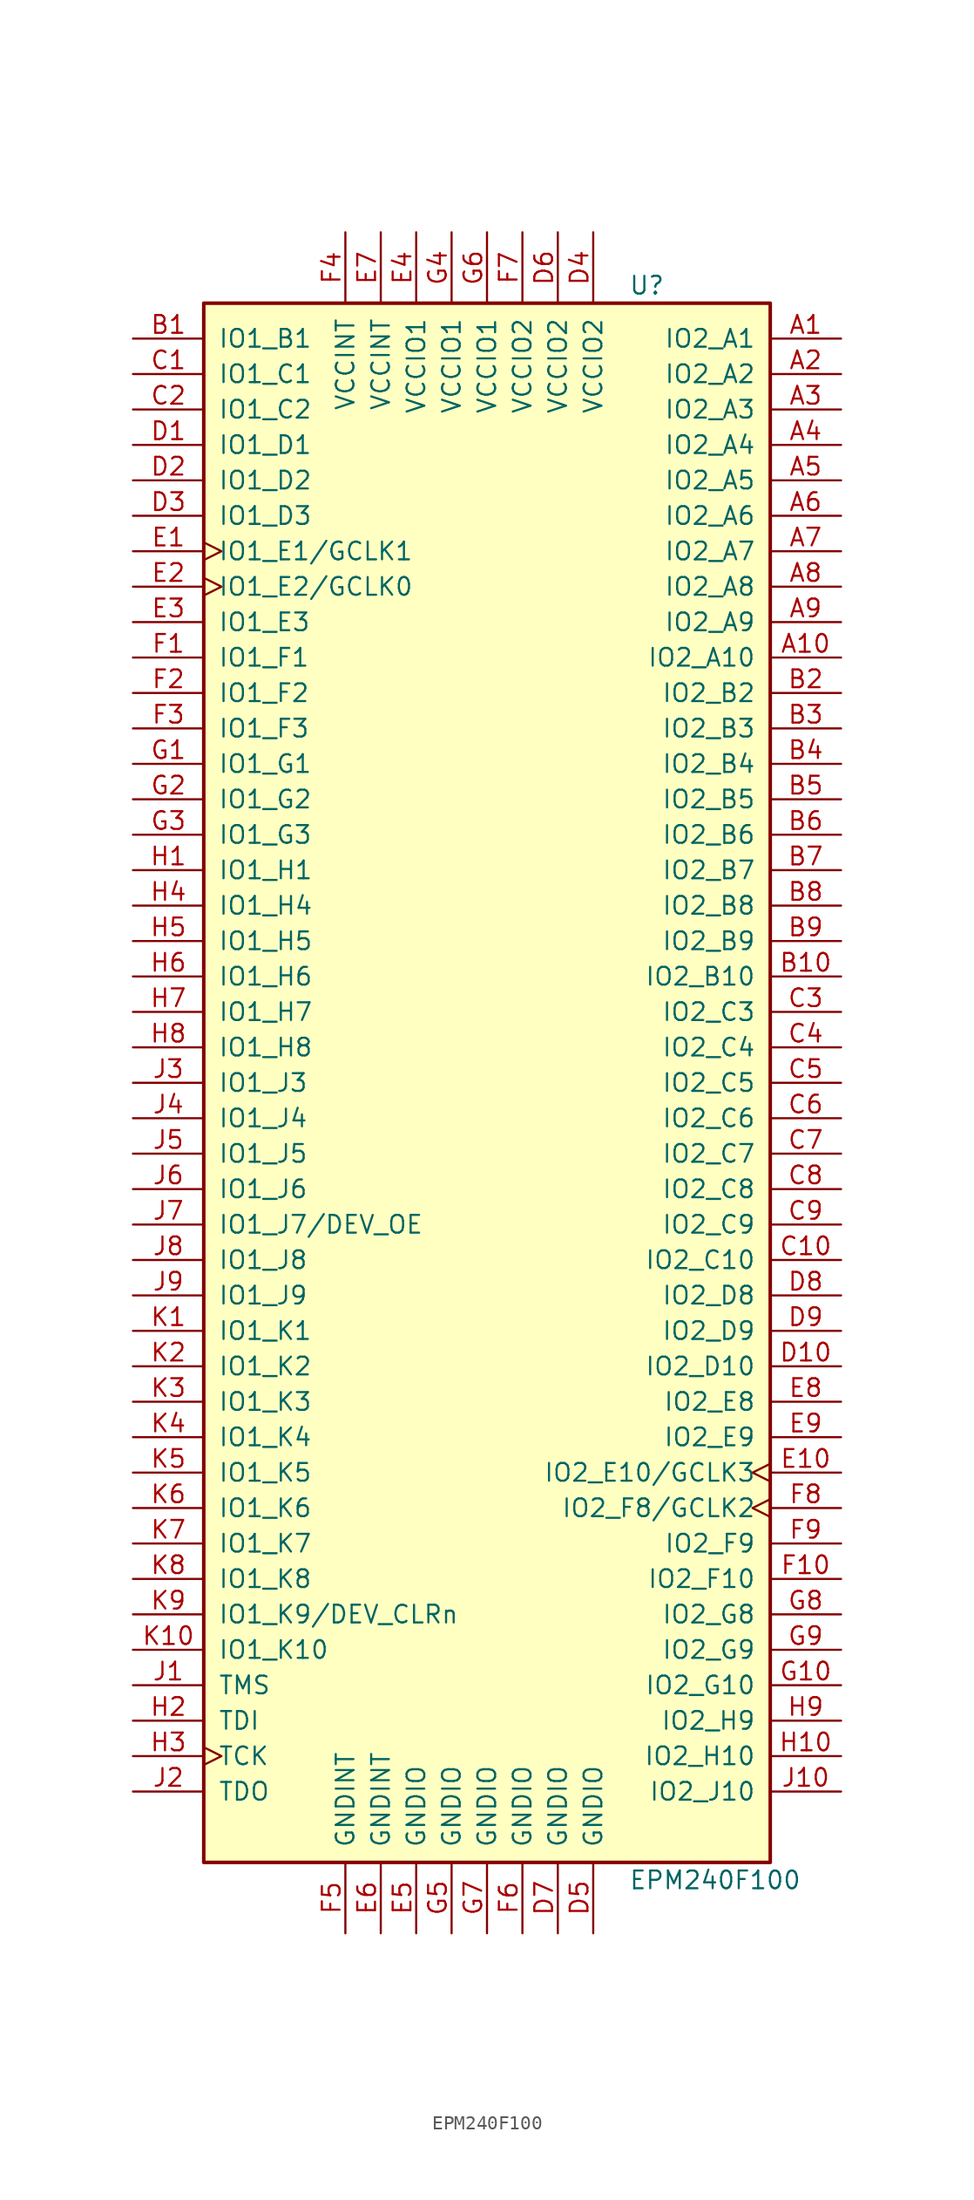
<source format=kicad_sym>
(kicad_symbol_lib
  (version 20241209)
  (generator "kicad_symbol_editor")
  (generator_version "9.0")
  (symbol "EPM240F100"
    (pin_names
      (offset 1.016))
    (property "Reference" "U"
      (at 10.16 57.15 0)
      (effects (font (size 1.27 1.27)) (justify left)))
    (property "Value" "EPM240F100"
      (at 10.16 -57.15 0)
      (effects (font (size 1.27 1.27)) (justify left)))
    (property "ki_locked" ""
      (at 0 0 0)
      (effects (font (size 1.27 1.27))))
    (symbol "EPM240F100_1_1"
      (rectangle (start -20.32 55.88) (end 20.32 -55.88) (stroke (width 0.254) (type default)) (fill (type background)))
      (pin bidirectional line (at -25.4 53.34 0) (length 5.08) (name "IO1_B1" (effects (font (size 1.27 1.27)))) (number "B1" (effects (font (size 1.27 1.27)))))
      (pin bidirectional line (at -25.4 50.8 0) (length 5.08) (name "IO1_C1" (effects (font (size 1.27 1.27)))) (number "C1" (effects (font (size 1.27 1.27)))))
      (pin bidirectional line (at -25.4 48.26 0) (length 5.08) (name "IO1_C2" (effects (font (size 1.27 1.27)))) (number "C2" (effects (font (size 1.27 1.27)))))
      (pin bidirectional line (at -25.4 45.72 0) (length 5.08) (name "IO1_D1" (effects (font (size 1.27 1.27)))) (number "D1" (effects (font (size 1.27 1.27)))))
      (pin bidirectional line (at -25.4 43.18 0) (length 5.08) (name "IO1_D2" (effects (font (size 1.27 1.27)))) (number "D2" (effects (font (size 1.27 1.27)))))
      (pin bidirectional line (at -25.4 40.64 0) (length 5.08) (name "IO1_D3" (effects (font (size 1.27 1.27)))) (number "D3" (effects (font (size 1.27 1.27)))))
      (pin bidirectional clock (at -25.4 38.1 0) (length 5.08) (name "IO1_E1/GCLK1" (effects (font (size 1.27 1.27)))) (number "E1" (effects (font (size 1.27 1.27)))))
      (pin bidirectional clock (at -25.4 35.56 0) (length 5.08) (name "IO1_E2/GCLK0" (effects (font (size 1.27 1.27)))) (number "E2" (effects (font (size 1.27 1.27)))))
      (pin bidirectional line (at -25.4 33.02 0) (length 5.08) (name "IO1_E3" (effects (font (size 1.27 1.27)))) (number "E3" (effects (font (size 1.27 1.27)))))
      (pin bidirectional line (at -25.4 30.48 0) (length 5.08) (name "IO1_F1" (effects (font (size 1.27 1.27)))) (number "F1" (effects (font (size 1.27 1.27)))))
      (pin bidirectional line (at -25.4 27.94 0) (length 5.08) (name "IO1_F2" (effects (font (size 1.27 1.27)))) (number "F2" (effects (font (size 1.27 1.27)))))
      (pin bidirectional line (at -25.4 25.4 0) (length 5.08) (name "IO1_F3" (effects (font (size 1.27 1.27)))) (number "F3" (effects (font (size 1.27 1.27)))))
      (pin bidirectional line (at -25.4 22.86 0) (length 5.08) (name "IO1_G1" (effects (font (size 1.27 1.27)))) (number "G1" (effects (font (size 1.27 1.27)))))
      (pin bidirectional line (at -25.4 20.32 0) (length 5.08) (name "IO1_G2" (effects (font (size 1.27 1.27)))) (number "G2" (effects (font (size 1.27 1.27)))))
      (pin bidirectional line (at -25.4 17.78 0) (length 5.08) (name "IO1_G3" (effects (font (size 1.27 1.27)))) (number "G3" (effects (font (size 1.27 1.27)))))
      (pin bidirectional line (at -25.4 15.24 0) (length 5.08) (name "IO1_H1" (effects (font (size 1.27 1.27)))) (number "H1" (effects (font (size 1.27 1.27)))))
      (pin bidirectional line (at -25.4 12.7 0) (length 5.08) (name "IO1_H4" (effects (font (size 1.27 1.27)))) (number "H4" (effects (font (size 1.27 1.27)))))
      (pin bidirectional line (at -25.4 10.16 0) (length 5.08) (name "IO1_H5" (effects (font (size 1.27 1.27)))) (number "H5" (effects (font (size 1.27 1.27)))))
      (pin bidirectional line (at -25.4 7.62 0) (length 5.08) (name "IO1_H6" (effects (font (size 1.27 1.27)))) (number "H6" (effects (font (size 1.27 1.27)))))
      (pin bidirectional line (at -25.4 5.08 0) (length 5.08) (name "IO1_H7" (effects (font (size 1.27 1.27)))) (number "H7" (effects (font (size 1.27 1.27)))))
      (pin bidirectional line (at -25.4 2.54 0) (length 5.08) (name "IO1_H8" (effects (font (size 1.27 1.27)))) (number "H8" (effects (font (size 1.27 1.27)))))
      (pin bidirectional line (at -25.4 0 0) (length 5.08) (name "IO1_J3" (effects (font (size 1.27 1.27)))) (number "J3" (effects (font (size 1.27 1.27)))))
      (pin bidirectional line (at -25.4 -2.54 0) (length 5.08) (name "IO1_J4" (effects (font (size 1.27 1.27)))) (number "J4" (effects (font (size 1.27 1.27)))))
      (pin bidirectional line (at -25.4 -5.08 0) (length 5.08) (name "IO1_J5" (effects (font (size 1.27 1.27)))) (number "J5" (effects (font (size 1.27 1.27)))))
      (pin bidirectional line (at -25.4 -7.62 0) (length 5.08) (name "IO1_J6" (effects (font (size 1.27 1.27)))) (number "J6" (effects (font (size 1.27 1.27)))))
      (pin bidirectional line (at -25.4 -10.16 0) (length 5.08) (name "IO1_J7/DEV_OE" (effects (font (size 1.27 1.27)))) (number "J7" (effects (font (size 1.27 1.27)))))
      (pin bidirectional line (at -25.4 -12.7 0) (length 5.08) (name "IO1_J8" (effects (font (size 1.27 1.27)))) (number "J8" (effects (font (size 1.27 1.27)))))
      (pin bidirectional line (at -25.4 -15.24 0) (length 5.08) (name "IO1_J9" (effects (font (size 1.27 1.27)))) (number "J9" (effects (font (size 1.27 1.27)))))
      (pin bidirectional line (at -25.4 -17.78 0) (length 5.08) (name "IO1_K1" (effects (font (size 1.27 1.27)))) (number "K1" (effects (font (size 1.27 1.27)))))
      (pin bidirectional line (at -25.4 -20.32 0) (length 5.08) (name "IO1_K2" (effects (font (size 1.27 1.27)))) (number "K2" (effects (font (size 1.27 1.27)))))
      (pin bidirectional line (at -25.4 -22.86 0) (length 5.08) (name "IO1_K3" (effects (font (size 1.27 1.27)))) (number "K3" (effects (font (size 1.27 1.27)))))
      (pin bidirectional line (at -25.4 -25.4 0) (length 5.08) (name "IO1_K4" (effects (font (size 1.27 1.27)))) (number "K4" (effects (font (size 1.27 1.27)))))
      (pin bidirectional line (at -25.4 -27.94 0) (length 5.08) (name "IO1_K5" (effects (font (size 1.27 1.27)))) (number "K5" (effects (font (size 1.27 1.27)))))
      (pin bidirectional line (at -25.4 -30.48 0) (length 5.08) (name "IO1_K6" (effects (font (size 1.27 1.27)))) (number "K6" (effects (font (size 1.27 1.27)))))
      (pin bidirectional line (at -25.4 -33.02 0) (length 5.08) (name "IO1_K7" (effects (font (size 1.27 1.27)))) (number "K7" (effects (font (size 1.27 1.27)))))
      (pin bidirectional line (at -25.4 -35.56 0) (length 5.08) (name "IO1_K8" (effects (font (size 1.27 1.27)))) (number "K8" (effects (font (size 1.27 1.27)))))
      (pin bidirectional line (at -25.4 -38.1 0) (length 5.08) (name "IO1_K9/DEV_CLRn" (effects (font (size 1.27 1.27)))) (number "K9" (effects (font (size 1.27 1.27)))))
      (pin bidirectional line (at -25.4 -40.64 0) (length 5.08) (name "IO1_K10" (effects (font (size 1.27 1.27)))) (number "K10" (effects (font (size 1.27 1.27)))))
      (pin input line (at -25.4 -43.18 0) (length 5.08) (name "TMS" (effects (font (size 1.27 1.27)))) (number "J1" (effects (font (size 1.27 1.27)))))
      (pin input line (at -25.4 -45.72 0) (length 5.08) (name "TDI" (effects (font (size 1.27 1.27)))) (number "H2" (effects (font (size 1.27 1.27)))))
      (pin input clock (at -25.4 -48.26 0) (length 5.08) (name "TCK" (effects (font (size 1.27 1.27)))) (number "H3" (effects (font (size 1.27 1.27)))))
      (pin output line (at -25.4 -50.8 0) (length 5.08) (name "TDO" (effects (font (size 1.27 1.27)))) (number "J2" (effects (font (size 1.27 1.27)))))
      (pin power_in line (at -10.16 60.96 270) (length 5.08) (name "VCCINT" (effects (font (size 1.27 1.27)))) (number "F4" (effects (font (size 1.27 1.27)))))
      (pin power_in line (at -10.16 -60.96 90) (length 5.08) (name "GNDINT" (effects (font (size 1.27 1.27)))) (number "F5" (effects (font (size 1.27 1.27)))))
      (pin power_in line (at -7.62 60.96 270) (length 5.08) (name "VCCINT" (effects (font (size 1.27 1.27)))) (number "E7" (effects (font (size 1.27 1.27)))))
      (pin power_in line (at -7.62 -60.96 90) (length 5.08) (name "GNDINT" (effects (font (size 1.27 1.27)))) (number "E6" (effects (font (size 1.27 1.27)))))
      (pin power_in line (at -5.08 60.96 270) (length 5.08) (name "VCCIO1" (effects (font (size 1.27 1.27)))) (number "E4" (effects (font (size 1.27 1.27)))))
      (pin power_in line (at -5.08 -60.96 90) (length 5.08) (name "GNDIO" (effects (font (size 1.27 1.27)))) (number "E5" (effects (font (size 1.27 1.27)))))
      (pin power_in line (at -2.54 60.96 270) (length 5.08) (name "VCCIO1" (effects (font (size 1.27 1.27)))) (number "G4" (effects (font (size 1.27 1.27)))))
      (pin power_in line (at -2.54 -60.96 90) (length 5.08) (name "GNDIO" (effects (font (size 1.27 1.27)))) (number "G5" (effects (font (size 1.27 1.27)))))
      (pin power_in line (at 0 60.96 270) (length 5.08) (name "VCCIO1" (effects (font (size 1.27 1.27)))) (number "G6" (effects (font (size 1.27 1.27)))))
      (pin power_in line (at 0 -60.96 90) (length 5.08) (name "GNDIO" (effects (font (size 1.27 1.27)))) (number "G7" (effects (font (size 1.27 1.27)))))
      (pin power_in line (at 2.54 60.96 270) (length 5.08) (name "VCCIO2" (effects (font (size 1.27 1.27)))) (number "F7" (effects (font (size 1.27 1.27)))))
      (pin power_in line (at 2.54 -60.96 90) (length 5.08) (name "GNDIO" (effects (font (size 1.27 1.27)))) (number "F6" (effects (font (size 1.27 1.27)))))
      (pin power_in line (at 5.08 60.96 270) (length 5.08) (name "VCCIO2" (effects (font (size 1.27 1.27)))) (number "D6" (effects (font (size 1.27 1.27)))))
      (pin power_in line (at 5.08 -60.96 90) (length 5.08) (name "GNDIO" (effects (font (size 1.27 1.27)))) (number "D7" (effects (font (size 1.27 1.27)))))
      (pin power_in line (at 7.62 60.96 270) (length 5.08) (name "VCCIO2" (effects (font (size 1.27 1.27)))) (number "D4" (effects (font (size 1.27 1.27)))))
      (pin power_in line (at 7.62 -60.96 90) (length 5.08) (name "GNDIO" (effects (font (size 1.27 1.27)))) (number "D5" (effects (font (size 1.27 1.27)))))
      (pin bidirectional line (at 25.4 53.34 180) (length 5.08) (name "IO2_A1" (effects (font (size 1.27 1.27)))) (number "A1" (effects (font (size 1.27 1.27)))))
      (pin bidirectional line (at 25.4 50.8 180) (length 5.08) (name "IO2_A2" (effects (font (size 1.27 1.27)))) (number "A2" (effects (font (size 1.27 1.27)))))
      (pin bidirectional line (at 25.4 48.26 180) (length 5.08) (name "IO2_A3" (effects (font (size 1.27 1.27)))) (number "A3" (effects (font (size 1.27 1.27)))))
      (pin bidirectional line (at 25.4 45.72 180) (length 5.08) (name "IO2_A4" (effects (font (size 1.27 1.27)))) (number "A4" (effects (font (size 1.27 1.27)))))
      (pin bidirectional line (at 25.4 43.18 180) (length 5.08) (name "IO2_A5" (effects (font (size 1.27 1.27)))) (number "A5" (effects (font (size 1.27 1.27)))))
      (pin bidirectional line (at 25.4 40.64 180) (length 5.08) (name "IO2_A6" (effects (font (size 1.27 1.27)))) (number "A6" (effects (font (size 1.27 1.27)))))
      (pin bidirectional line (at 25.4 38.1 180) (length 5.08) (name "IO2_A7" (effects (font (size 1.27 1.27)))) (number "A7" (effects (font (size 1.27 1.27)))))
      (pin bidirectional line (at 25.4 35.56 180) (length 5.08) (name "IO2_A8" (effects (font (size 1.27 1.27)))) (number "A8" (effects (font (size 1.27 1.27)))))
      (pin bidirectional line (at 25.4 33.02 180) (length 5.08) (name "IO2_A9" (effects (font (size 1.27 1.27)))) (number "A9" (effects (font (size 1.27 1.27)))))
      (pin bidirectional line (at 25.4 30.48 180) (length 5.08) (name "IO2_A10" (effects (font (size 1.27 1.27)))) (number "A10" (effects (font (size 1.27 1.27)))))
      (pin bidirectional line (at 25.4 27.94 180) (length 5.08) (name "IO2_B2" (effects (font (size 1.27 1.27)))) (number "B2" (effects (font (size 1.27 1.27)))))
      (pin bidirectional line (at 25.4 25.4 180) (length 5.08) (name "IO2_B3" (effects (font (size 1.27 1.27)))) (number "B3" (effects (font (size 1.27 1.27)))))
      (pin bidirectional line (at 25.4 22.86 180) (length 5.08) (name "IO2_B4" (effects (font (size 1.27 1.27)))) (number "B4" (effects (font (size 1.27 1.27)))))
      (pin bidirectional line (at 25.4 20.32 180) (length 5.08) (name "IO2_B5" (effects (font (size 1.27 1.27)))) (number "B5" (effects (font (size 1.27 1.27)))))
      (pin bidirectional line (at 25.4 17.78 180) (length 5.08) (name "IO2_B6" (effects (font (size 1.27 1.27)))) (number "B6" (effects (font (size 1.27 1.27)))))
      (pin bidirectional line (at 25.4 15.24 180) (length 5.08) (name "IO2_B7" (effects (font (size 1.27 1.27)))) (number "B7" (effects (font (size 1.27 1.27)))))
      (pin bidirectional line (at 25.4 12.7 180) (length 5.08) (name "IO2_B8" (effects (font (size 1.27 1.27)))) (number "B8" (effects (font (size 1.27 1.27)))))
      (pin bidirectional line (at 25.4 10.16 180) (length 5.08) (name "IO2_B9" (effects (font (size 1.27 1.27)))) (number "B9" (effects (font (size 1.27 1.27)))))
      (pin bidirectional line (at 25.4 7.62 180) (length 5.08) (name "IO2_B10" (effects (font (size 1.27 1.27)))) (number "B10" (effects (font (size 1.27 1.27)))))
      (pin bidirectional line (at 25.4 5.08 180) (length 5.08) (name "IO2_C3" (effects (font (size 1.27 1.27)))) (number "C3" (effects (font (size 1.27 1.27)))))
      (pin bidirectional line (at 25.4 2.54 180) (length 5.08) (name "IO2_C4" (effects (font (size 1.27 1.27)))) (number "C4" (effects (font (size 1.27 1.27)))))
      (pin bidirectional line (at 25.4 0 180) (length 5.08) (name "IO2_C5" (effects (font (size 1.27 1.27)))) (number "C5" (effects (font (size 1.27 1.27)))))
      (pin bidirectional line (at 25.4 -2.54 180) (length 5.08) (name "IO2_C6" (effects (font (size 1.27 1.27)))) (number "C6" (effects (font (size 1.27 1.27)))))
      (pin bidirectional line (at 25.4 -5.08 180) (length 5.08) (name "IO2_C7" (effects (font (size 1.27 1.27)))) (number "C7" (effects (font (size 1.27 1.27)))))
      (pin bidirectional line (at 25.4 -7.62 180) (length 5.08) (name "IO2_C8" (effects (font (size 1.27 1.27)))) (number "C8" (effects (font (size 1.27 1.27)))))
      (pin bidirectional line (at 25.4 -10.16 180) (length 5.08) (name "IO2_C9" (effects (font (size 1.27 1.27)))) (number "C9" (effects (font (size 1.27 1.27)))))
      (pin bidirectional line (at 25.4 -12.7 180) (length 5.08) (name "IO2_C10" (effects (font (size 1.27 1.27)))) (number "C10" (effects (font (size 1.27 1.27)))))
      (pin bidirectional line (at 25.4 -15.24 180) (length 5.08) (name "IO2_D8" (effects (font (size 1.27 1.27)))) (number "D8" (effects (font (size 1.27 1.27)))))
      (pin bidirectional line (at 25.4 -17.78 180) (length 5.08) (name "IO2_D9" (effects (font (size 1.27 1.27)))) (number "D9" (effects (font (size 1.27 1.27)))))
      (pin bidirectional line (at 25.4 -20.32 180) (length 5.08) (name "IO2_D10" (effects (font (size 1.27 1.27)))) (number "D10" (effects (font (size 1.27 1.27)))))
      (pin bidirectional line (at 25.4 -22.86 180) (length 5.08) (name "IO2_E8" (effects (font (size 1.27 1.27)))) (number "E8" (effects (font (size 1.27 1.27)))))
      (pin bidirectional line (at 25.4 -25.4 180) (length 5.08) (name "IO2_E9" (effects (font (size 1.27 1.27)))) (number "E9" (effects (font (size 1.27 1.27)))))
      (pin bidirectional clock (at 25.4 -27.94 180) (length 5.08) (name "IO2_E10/GCLK3" (effects (font (size 1.27 1.27)))) (number "E10" (effects (font (size 1.27 1.27)))))
      (pin bidirectional clock (at 25.4 -30.48 180) (length 5.08) (name "IO2_F8/GCLK2" (effects (font (size 1.27 1.27)))) (number "F8" (effects (font (size 1.27 1.27)))))
      (pin bidirectional line (at 25.4 -33.02 180) (length 5.08) (name "IO2_F9" (effects (font (size 1.27 1.27)))) (number "F9" (effects (font (size 1.27 1.27)))))
      (pin bidirectional line (at 25.4 -35.56 180) (length 5.08) (name "IO2_F10" (effects (font (size 1.27 1.27)))) (number "F10" (effects (font (size 1.27 1.27)))))
      (pin bidirectional line (at 25.4 -38.1 180) (length 5.08) (name "IO2_G8" (effects (font (size 1.27 1.27)))) (number "G8" (effects (font (size 1.27 1.27)))))
      (pin bidirectional line (at 25.4 -40.64 180) (length 5.08) (name "IO2_G9" (effects (font (size 1.27 1.27)))) (number "G9" (effects (font (size 1.27 1.27)))))
      (pin bidirectional line (at 25.4 -43.18 180) (length 5.08) (name "IO2_G10" (effects (font (size 1.27 1.27)))) (number "G10" (effects (font (size 1.27 1.27)))))
      (pin bidirectional line (at 25.4 -45.72 180) (length 5.08) (name "IO2_H9" (effects (font (size 1.27 1.27)))) (number "H9" (effects (font (size 1.27 1.27)))))
      (pin bidirectional line (at 25.4 -48.26 180) (length 5.08) (name "IO2_H10" (effects (font (size 1.27 1.27)))) (number "H10" (effects (font (size 1.27 1.27)))))
      (pin bidirectional line (at 25.4 -50.8 180) (length 5.08) (name "IO2_J10" (effects (font (size 1.27 1.27)))) (number "J10" (effects (font (size 1.27 1.27))))))))
</source>
